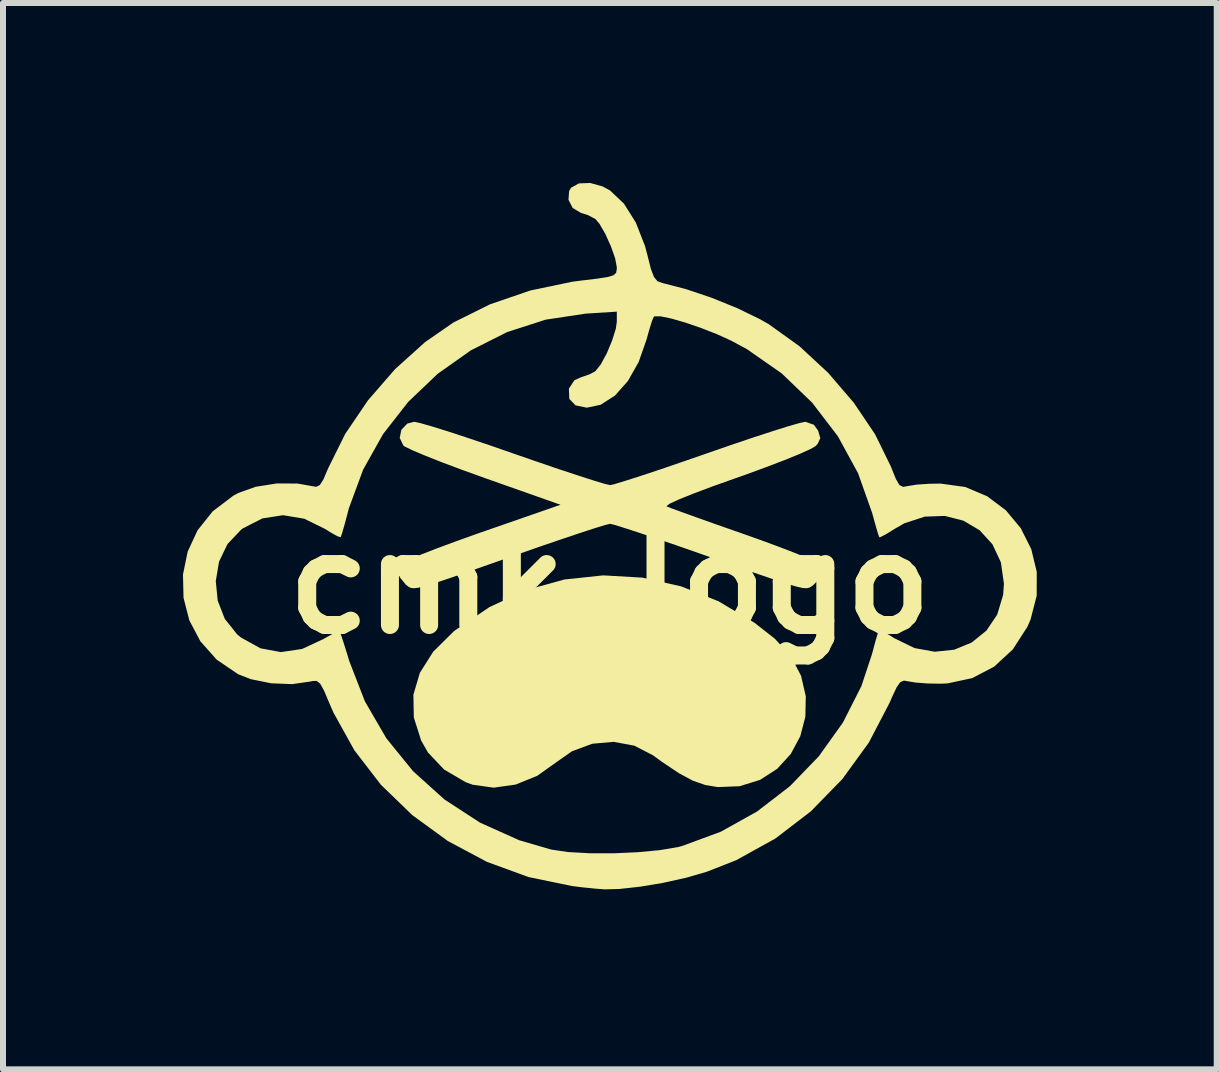
<source format=kicad_pcb>
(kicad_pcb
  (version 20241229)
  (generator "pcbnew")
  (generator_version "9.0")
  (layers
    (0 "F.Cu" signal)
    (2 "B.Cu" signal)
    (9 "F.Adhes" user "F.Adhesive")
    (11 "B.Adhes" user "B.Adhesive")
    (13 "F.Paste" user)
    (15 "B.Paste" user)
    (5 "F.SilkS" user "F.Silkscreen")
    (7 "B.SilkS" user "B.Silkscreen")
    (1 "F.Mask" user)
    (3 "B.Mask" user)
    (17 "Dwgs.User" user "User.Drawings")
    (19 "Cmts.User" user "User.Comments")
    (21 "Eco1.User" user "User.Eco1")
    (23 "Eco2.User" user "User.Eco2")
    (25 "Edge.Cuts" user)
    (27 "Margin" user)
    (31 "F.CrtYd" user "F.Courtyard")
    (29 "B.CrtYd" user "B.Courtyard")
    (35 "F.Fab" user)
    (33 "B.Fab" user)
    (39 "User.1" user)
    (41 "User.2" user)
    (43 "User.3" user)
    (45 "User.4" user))
  (footprint "cmk_logo"
    (layer "F.Cu")
    (at 7.115 6.679)
    (property "Reference" "cmk_logo" (at 0 0 0) (layer "F.SilkS") (effects (font (size 1.524 1.524) (thickness 0.3))))
    (attr board_only exclude_from_pos_files exclude_from_bom)
    (fp_poly (pts (xy 0.544 -0.1) (xy 1.188 0.045) (xy 1.814 0.295) (xy 2.41 0.651) (xy 2.75 0.917) (xy 3.018 1.21) (xy 3.188 1.536) (xy 3.267 1.877) (xy 3.26 2.218) (xy 3.175 2.544) (xy 3.017 2.839) (xy 2.791 3.086) (xy 2.505 3.271) (xy 2.164 3.377) (xy 1.799 3.391) (xy 1.592 3.357) (xy 1.385 3.285) (xy 1.154 3.161) (xy 0.873 2.973) (xy 0.719 2.861) (xy 0.409 2.701) (xy 0.063 2.637) (xy -0.293 2.669) (xy -0.63 2.794) (xy -0.879 2.968) (xy -1.209 3.203) (xy -1.569 3.349) (xy -1.936 3.401) (xy -2.286 3.352) (xy -2.402 3.31) (xy -2.763 3.098) (xy -3.031 2.815) (xy -3.144 2.617) (xy -3.267 2.231) (xy -3.274 1.852) (xy -3.166 1.486) (xy -2.944 1.135) (xy -2.609 0.803) (xy -2.581 0.78) (xy -2.005 0.39) (xy -1.394 0.107) (xy -0.758 -0.069) (xy -0.109 -0.138)) (stroke (width 0) (type solid)) (fill yes) (layer "F.SilkS"))
    (fp_poly (pts (xy 3.403 -2.648) (xy 3.473 -2.549) (xy 3.509 -2.424) (xy 3.464 -2.329) (xy 3.428 -2.291) (xy 3.34 -2.241) (xy 3.16 -2.16) (xy 2.904 -2.056) (xy 2.59 -1.936) (xy 2.237 -1.807) (xy 2.092 -1.756) (xy 1.712 -1.621) (xy 1.396 -1.502) (xy 1.155 -1.405) (xy 1.001 -1.334) (xy 0.945 -1.293) (xy 0.948 -1.288) (xy 1.025 -1.257) (xy 1.196 -1.194) (xy 1.441 -1.106) (xy 1.744 -0.998) (xy 2.086 -0.878) (xy 2.17 -0.849) (xy 2.522 -0.724) (xy 2.839 -0.607) (xy 3.105 -0.504) (xy 3.301 -0.423) (xy 3.407 -0.37) (xy 3.417 -0.363) (xy 3.509 -0.224) (xy 3.49 -0.08) (xy 3.397 0.02) (xy 3.36 0.048) (xy 3.324 0.068) (xy 3.279 0.077) (xy 3.212 0.072) (xy 3.111 0.049) (xy 2.963 0.006) (xy 2.757 -0.062) (xy 2.48 -0.157) (xy 2.119 -0.284) (xy 1.663 -0.445) (xy 1.529 -0.492) (xy 1.138 -0.629) (xy 0.781 -0.751) (xy 0.472 -0.854) (xy 0.229 -0.933) (xy 0.067 -0.983) (xy 0.004 -0.997) (xy -0.075 -0.978) (xy -0.248 -0.925) (xy -0.5 -0.843) (xy -0.815 -0.737) (xy -1.178 -0.613) (xy -1.525 -0.492) (xy -2.008 -0.322) (xy -2.393 -0.187) (xy -2.691 -0.084) (xy -2.915 -0.01) (xy -3.077 0.04) (xy -3.19 0.068) (xy -3.264 0.077) (xy -3.314 0.072) (xy -3.35 0.055) (xy -3.385 0.029) (xy -3.397 0.02) (xy -3.503 -0.109) (xy -3.499 -0.254) (xy -3.417 -0.362) (xy -3.333 -0.406) (xy -3.156 -0.481) (xy -2.902 -0.58) (xy -2.59 -0.696) (xy -2.237 -0.823) (xy -2.068 -0.882) (xy -0.822 -1.315) (xy -2.083 -1.76) (xy -2.451 -1.893) (xy -2.786 -2.018) (xy -3.069 -2.13) (xy -3.285 -2.221) (xy -3.415 -2.284) (xy -3.442 -2.303) (xy -3.502 -2.43) (xy -3.474 -2.565) (xy -3.376 -2.668) (xy -3.261 -2.698) (xy -3.169 -2.679) (xy -2.982 -2.626) (xy -2.717 -2.544) (xy -2.39 -2.437) (xy -2.016 -2.311) (xy -1.612 -2.171) (xy -1.61 -2.17) (xy -1.208 -2.031) (xy -0.839 -1.905) (xy -0.517 -1.799) (xy -0.26 -1.716) (xy -0.081 -1.662) (xy 0.003 -1.643) (xy 0.003 -1.642) (xy 0.085 -1.661) (xy 0.262 -1.715) (xy 0.518 -1.797) (xy 0.838 -1.903) (xy 1.206 -2.029) (xy 1.608 -2.168) (xy 1.613 -2.17) (xy 2.017 -2.31) (xy 2.39 -2.436) (xy 2.718 -2.543) (xy 2.982 -2.626) (xy 3.169 -2.679) (xy 3.261 -2.698)) (stroke (width 0) (type solid)) (fill yes) (layer "F.SilkS"))
    (fp_poly (pts (xy -0.121 -6.622) (xy 0.004 -6.554) (xy 0.236 -6.334) (xy 0.434 -6.019) (xy 0.587 -5.627) (xy 0.63 -5.465) (xy 0.686 -5.243) (xy 0.737 -5.111) (xy 0.794 -5.042) (xy 0.873 -5.012) (xy 0.878 -5.011) (xy 1.268 -4.91) (xy 1.699 -4.765) (xy 2.127 -4.591) (xy 2.504 -4.408) (xy 2.651 -4.324) (xy 3.161 -3.958) (xy 3.64 -3.514) (xy 4.068 -3.015) (xy 4.423 -2.488) (xy 4.684 -1.956) (xy 4.697 -1.922) (xy 4.772 -1.738) (xy 4.829 -1.642) (xy 4.89 -1.613) (xy 4.977 -1.628) (xy 4.979 -1.629) (xy 5.119 -1.651) (xy 5.327 -1.665) (xy 5.514 -1.668) (xy 5.925 -1.611) (xy 6.29 -1.457) (xy 6.602 -1.223) (xy 6.85 -0.925) (xy 7.025 -0.577) (xy 7.117 -0.197) (xy 7.116 0.201) (xy 7.013 0.601) (xy 6.961 0.719) (xy 6.719 1.095) (xy 6.408 1.383) (xy 6.041 1.575) (xy 5.63 1.663) (xy 5.514 1.668) (xy 5.289 1.664) (xy 5.092 1.648) (xy 4.984 1.63) (xy 4.903 1.616) (xy 4.842 1.642) (xy 4.781 1.729) (xy 4.702 1.897) (xy 4.666 1.982) (xy 4.317 2.651) (xy 3.876 3.258) (xy 3.353 3.794) (xy 2.761 4.248) (xy 2.109 4.609) (xy 1.613 4.804) (xy 1.27 4.903) (xy 0.887 4.988) (xy 0.503 5.052) (xy 0.156 5.09) (xy -0.086 5.096) (xy -0.242 5.084) (xy -0.459 5.062) (xy -0.628 5.041) (xy -1.355 4.891) (xy -2.05 4.637) (xy -2.7 4.29) (xy -3.292 3.859) (xy -3.816 3.352) (xy -4.258 2.778) (xy -4.608 2.147) (xy -4.679 1.983) (xy -4.765 1.78) (xy -4.828 1.667) (xy -4.886 1.621) (xy -4.957 1.623) (xy -4.986 1.631) (xy -5.295 1.675) (xy -5.645 1.661) (xy -5.982 1.593) (xy -6.194 1.511) (xy -6.553 1.267) (xy -6.825 0.961) (xy -7.009 0.612) (xy -7.106 0.235) (xy -7.112 -0.043) (xy -6.568 -0.043) (xy -6.536 0.283) (xy -6.418 0.587) (xy -6.213 0.844) (xy -6.145 0.9) (xy -5.823 1.078) (xy -5.483 1.141) (xy -5.13 1.089) (xy -4.773 0.923) (xy -4.768 0.92) (xy -4.623 0.839) (xy -4.523 0.803) (xy -4.498 0.808) (xy -4.471 0.881) (xy -4.421 1.036) (xy -4.357 1.243) (xy -4.344 1.288) (xy -4.082 1.963) (xy -3.724 2.579) (xy -3.279 3.127) (xy -2.756 3.598) (xy -2.163 3.984) (xy -1.511 4.277) (xy -0.976 4.433) (xy -0.696 4.474) (xy -0.338 4.494) (xy 0.061 4.495) (xy 0.466 4.477) (xy 0.838 4.442) (xy 1.142 4.39) (xy 1.203 4.374) (xy 1.851 4.135) (xy 2.455 3.798) (xy 3.004 3.375) (xy 3.485 2.877) (xy 3.885 2.317) (xy 4.194 1.708) (xy 4.371 1.173) (xy 4.423 0.978) (xy 4.465 0.834) (xy 4.487 0.773) (xy 4.542 0.791) (xy 4.661 0.858) (xy 4.743 0.91) (xy 5.079 1.074) (xy 5.417 1.135) (xy 5.741 1.101) (xy 6.033 0.981) (xy 6.278 0.783) (xy 6.458 0.516) (xy 6.557 0.187) (xy 6.57 0) (xy 6.519 -0.356) (xy 6.379 -0.655) (xy 6.165 -0.89) (xy 5.894 -1.05) (xy 5.584 -1.129) (xy 5.251 -1.117) (xy 4.912 -1.007) (xy 4.743 -0.91) (xy 4.603 -0.823) (xy 4.511 -0.776) (xy 4.492 -0.773) (xy 4.47 -0.835) (xy 4.428 -0.979) (xy 4.375 -1.173) (xy 4.139 -1.839) (xy 3.801 -2.458) (xy 3.372 -3.018) (xy 2.864 -3.506) (xy 2.287 -3.908) (xy 2.024 -4.05) (xy 1.782 -4.16) (xy 1.518 -4.263) (xy 1.258 -4.352) (xy 1.026 -4.419) (xy 0.847 -4.456) (xy 0.745 -4.456) (xy 0.735 -4.451) (xy 0.704 -4.38) (xy 0.657 -4.23) (xy 0.613 -4.071) (xy 0.481 -3.694) (xy 0.301 -3.377) (xy 0.086 -3.135) (xy -0.152 -2.982) (xy -0.383 -2.933) (xy -0.572 -2.972) (xy -0.675 -3.08) (xy -0.682 -3.248) (xy -0.68 -3.254) (xy -0.591 -3.39) (xy -0.483 -3.439) (xy -0.333 -3.491) (xy -0.24 -3.542) (xy -0.15 -3.655) (xy -0.051 -3.838) (xy 0.038 -4.051) (xy 0.1 -4.249) (xy 0.117 -4.364) (xy 0.117 -4.534) (xy -0.402 -4.501) (xy -1.071 -4.4) (xy -1.712 -4.193) (xy -2.316 -3.889) (xy -2.869 -3.498) (xy -3.36 -3.03) (xy -3.779 -2.494) (xy -4.112 -1.9) (xy -4.349 -1.258) (xy -4.371 -1.173) (xy -4.423 -0.978) (xy -4.465 -0.834) (xy -4.487 -0.773) (xy -4.542 -0.791) (xy -4.661 -0.858) (xy -4.743 -0.91) (xy -5.093 -1.082) (xy -5.447 -1.141) (xy -5.792 -1.087) (xy -6.117 -0.921) (xy -6.145 -0.9) (xy -6.373 -0.66) (xy -6.514 -0.366) (xy -6.568 -0.043) (xy -7.112 -0.043) (xy -7.115 -0.152) (xy -7.037 -0.533) (xy -6.872 -0.889) (xy -6.619 -1.206) (xy -6.279 -1.464) (xy -6.194 -1.511) (xy -5.901 -1.615) (xy -5.554 -1.67) (xy -5.208 -1.669) (xy -4.982 -1.629) (xy -4.895 -1.614) (xy -4.833 -1.644) (xy -4.773 -1.74) (xy -4.695 -1.923) (xy -4.41 -2.497) (xy -4.03 -3.057) (xy -3.578 -3.577) (xy -3.076 -4.029) (xy -2.607 -4.353) (xy -1.997 -4.656) (xy -1.324 -4.887) (xy -0.625 -5.033) (xy -0.477 -5.052) (xy -0.21 -5.084) (xy -0.037 -5.111) (xy 0.06 -5.14) (xy 0.105 -5.181) (xy 0.116 -5.239) (xy 0.117 -5.273) (xy 0.089 -5.423) (xy 0.019 -5.622) (xy -0.074 -5.828) (xy -0.171 -5.997) (xy -0.24 -6.078) (xy -0.359 -6.141) (xy -0.483 -6.181) (xy -0.619 -6.262) (xy -0.689 -6.399) (xy -0.678 -6.546) (xy -0.645 -6.6) (xy -0.515 -6.672) (xy -0.328 -6.679)) (stroke (width 0) (type solid)) (fill yes) (layer "F.SilkS")))
  (gr_rect
    (start -3 -3)
    (end 17.232 14.775)
    (stroke (width 0.1) (type default))
    (fill no)
    (layer "Edge.Cuts")))
</source>
